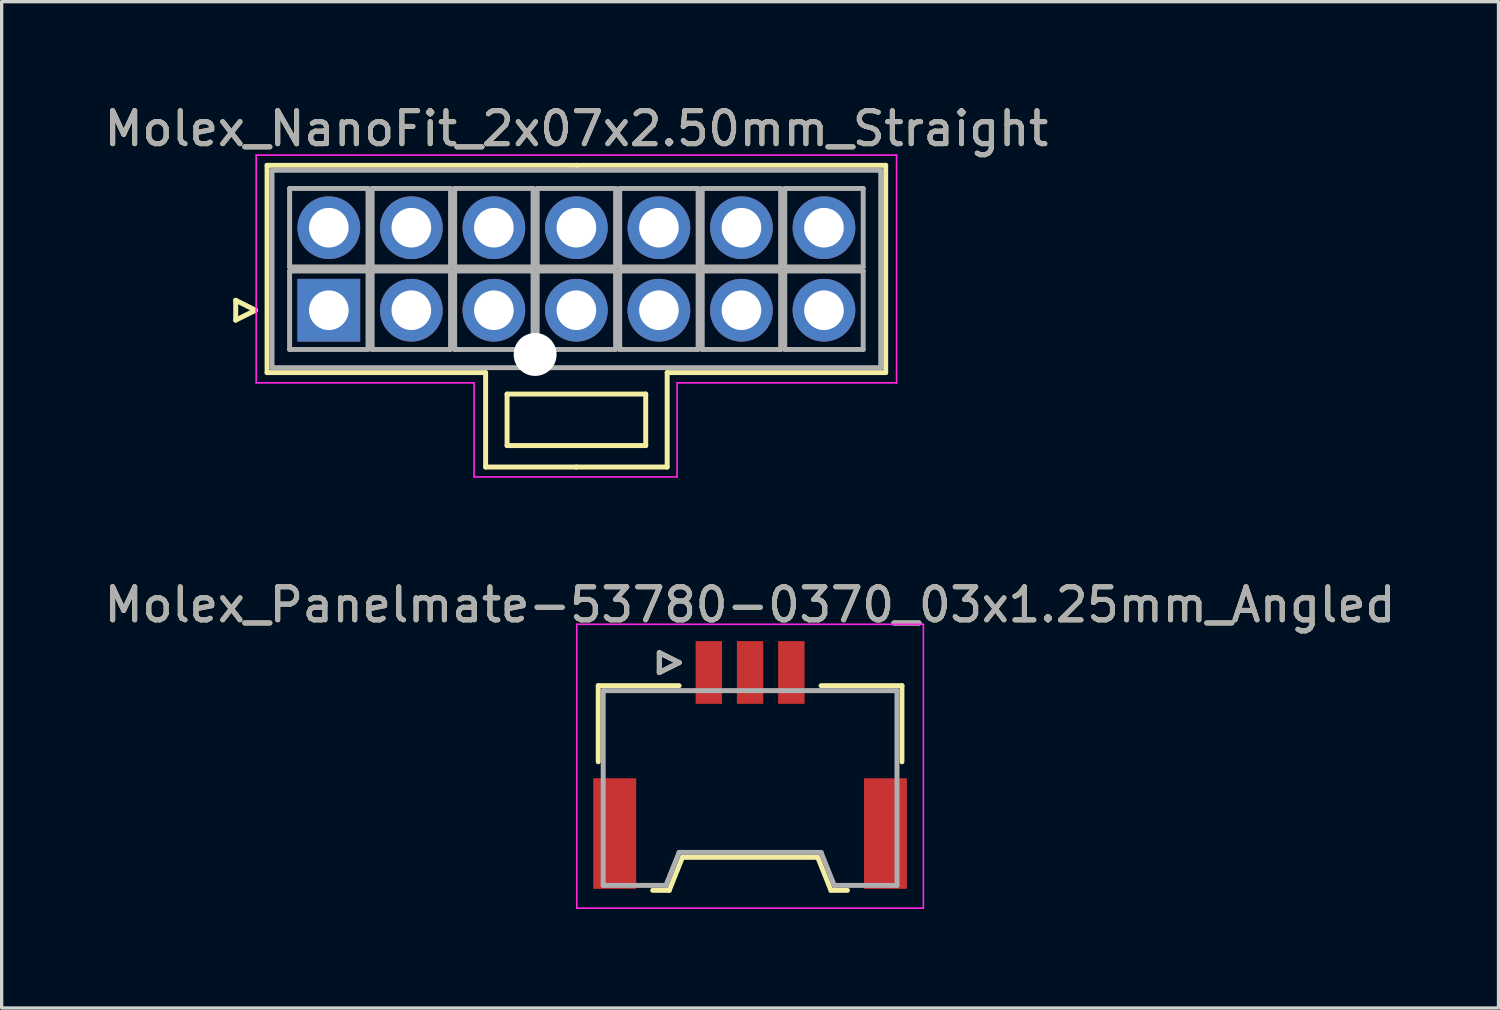
<source format=kicad_pcb>
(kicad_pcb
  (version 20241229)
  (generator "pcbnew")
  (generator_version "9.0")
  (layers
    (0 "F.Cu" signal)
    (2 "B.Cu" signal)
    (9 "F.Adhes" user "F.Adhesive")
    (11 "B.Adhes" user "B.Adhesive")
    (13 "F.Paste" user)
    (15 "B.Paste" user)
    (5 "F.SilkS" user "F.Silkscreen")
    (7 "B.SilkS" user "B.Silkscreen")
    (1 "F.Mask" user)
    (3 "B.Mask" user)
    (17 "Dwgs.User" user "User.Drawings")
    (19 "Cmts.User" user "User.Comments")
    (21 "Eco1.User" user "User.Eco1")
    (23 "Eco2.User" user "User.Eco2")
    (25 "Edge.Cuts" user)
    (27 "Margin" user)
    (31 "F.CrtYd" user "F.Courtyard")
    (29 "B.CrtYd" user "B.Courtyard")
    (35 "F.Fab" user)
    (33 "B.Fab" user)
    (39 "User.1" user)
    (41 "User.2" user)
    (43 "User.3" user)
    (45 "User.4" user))
  (footprint "Molex_Panelmate-53780-0370_03x1.25mm_Angled"
    (layer "F.Cu")
    (at 19.673 19.762)
    (property "Reference" "Molex_Panelmate-53780-0370_03x1.25mm_Angled" (at 0 -4.49 0) (layer "F.SilkS") (effects (font (size 1 1) (thickness 0.15))))
    (attr smd)
    (fp_line (start -4.6 -2.04) (end -4.6 0.265) (stroke (width 0.15) (type solid)) (layer "F.SilkS"))
    (fp_line (start -2.95 4.16) (end -2.45 4.16) (stroke (width 0.15) (type solid)) (layer "F.SilkS"))
    (fp_line (start -2.75 -3.04) (end -2.75 -2.44) (stroke (width 0.15) (type solid)) (layer "F.SilkS"))
    (fp_line (start -2.75 -2.44) (end -2.15 -2.74) (stroke (width 0.15) (type solid)) (layer "F.SilkS"))
    (fp_line (start -2.45 4.16) (end -2.05 3.16) (stroke (width 0.15) (type solid)) (layer "F.SilkS"))
    (fp_line (start -2.15 -2.74) (end -2.75 -3.04) (stroke (width 0.15) (type solid)) (layer "F.SilkS"))
    (fp_line (start -2.15 -2.04) (end -4.6 -2.04) (stroke (width 0.15) (type solid)) (layer "F.SilkS"))
    (fp_line (start -2.05 3.16) (end 2.05 3.16) (stroke (width 0.15) (type solid)) (layer "F.SilkS"))
    (fp_line (start 2.05 3.16) (end 2.45 4.16) (stroke (width 0.15) (type solid)) (layer "F.SilkS"))
    (fp_line (start 2.15 -2.04) (end 4.6 -2.04) (stroke (width 0.15) (type solid)) (layer "F.SilkS"))
    (fp_line (start 2.45 4.16) (end 2.95 4.16) (stroke (width 0.15) (type solid)) (layer "F.SilkS"))
    (fp_line (start 4.6 -2.04) (end 4.6 0.265) (stroke (width 0.15) (type solid)) (layer "F.SilkS"))
    (fp_line (start -5.25 -3.9) (end -5.25 4.7) (stroke (width 0.05) (type solid)) (layer "F.CrtYd"))
    (fp_line (start -5.25 4.7) (end 5.25 4.7) (stroke (width 0.05) (type solid)) (layer "F.CrtYd"))
    (fp_line (start 5.25 -3.9) (end -5.25 -3.9) (stroke (width 0.05) (type solid)) (layer "F.CrtYd"))
    (fp_line (start 5.25 4.7) (end 5.25 -3.9) (stroke (width 0.05) (type solid)) (layer "F.CrtYd"))
    (fp_line (start -4.45 -1.89) (end -4.45 4.01) (stroke (width 0.15) (type solid)) (layer "F.Fab"))
    (fp_line (start -4.45 4.01) (end -2.55 4.01) (stroke (width 0.15) (type solid)) (layer "F.Fab"))
    (fp_line (start -2.75 -3.04) (end -2.75 -2.44) (stroke (width 0.15) (type solid)) (layer "F.Fab"))
    (fp_line (start -2.75 -2.44) (end -2.15 -2.74) (stroke (width 0.15) (type solid)) (layer "F.Fab"))
    (fp_line (start -2.55 4.01) (end -2.15 3.01) (stroke (width 0.15) (type solid)) (layer "F.Fab"))
    (fp_line (start -2.15 -2.74) (end -2.75 -3.04) (stroke (width 0.15) (type solid)) (layer "F.Fab"))
    (fp_line (start -2.15 3.01) (end 2.15 3.01) (stroke (width 0.15) (type solid)) (layer "F.Fab"))
    (fp_line (start 2.15 3.01) (end 2.55 4.01) (stroke (width 0.15) (type solid)) (layer "F.Fab"))
    (fp_line (start 2.55 4.01) (end 4.45 4.01) (stroke (width 0.15) (type solid)) (layer "F.Fab"))
    (fp_line (start 4.45 -1.89) (end -4.45 -1.89) (stroke (width 0.15) (type solid)) (layer "F.Fab"))
    (fp_line (start 4.45 4.01) (end 4.45 -1.89) (stroke (width 0.15) (type solid)) (layer "F.Fab"))
    (fp_text user "${REFERENCE}" (at 0 -4.49 0) (layer "F.Fab") (effects (font (size 1 1) (thickness 0.15))))
    (pad "" smd rect (at -4.1 2.44) (size 1.3 3.35) (layers "F.Cu" "F.Mask" "F.Paste"))
    (pad "" smd rect (at 4.1 2.44) (size 1.3 3.35) (layers "F.Cu" "F.Mask" "F.Paste"))
    (pad "1" smd rect (at -1.25 -2.44) (size 0.8 1.9) (layers "F.Cu" "F.Mask" "F.Paste"))
    (pad "2" smd rect (at 0 -2.44) (size 0.8 1.9) (layers "F.Cu" "F.Mask" "F.Paste"))
    (pad "3" smd rect (at 1.25 -2.44) (size 0.8 1.9) (layers "F.Cu" "F.Mask" "F.Paste")))
  (footprint "Molex_NanoFit_2x07x2.50mm_Straight"
    (layer "F.Cu")
    (at 6.911 6.348)
    (property "Reference" "Molex_NanoFit_2x07x2.50mm_Straight" (at 7.5 -5.5 0) (layer "F.SilkS") (effects (font (size 1 1) (thickness 0.15))))
    (attr through_hole)
    (fp_line (start -2.82 -0.3) (end -2.22 0) (stroke (width 0.15) (type solid)) (layer "F.SilkS"))
    (fp_line (start -2.82 0.3) (end -2.82 -0.3) (stroke (width 0.15) (type solid)) (layer "F.SilkS"))
    (fp_line (start -2.22 0) (end -2.82 0.3) (stroke (width 0.15) (type solid)) (layer "F.SilkS"))
    (fp_line (start -1.87 -4.39) (end -1.87 1.89) (stroke (width 0.15) (type solid)) (layer "F.SilkS"))
    (fp_line (start -1.87 1.89) (end 4.75 1.89) (stroke (width 0.15) (type solid)) (layer "F.SilkS"))
    (fp_line (start 4.75 1.89) (end 4.75 4.75) (stroke (width 0.15) (type solid)) (layer "F.SilkS"))
    (fp_line (start 4.75 4.75) (end 7.5 4.75) (stroke (width 0.15) (type solid)) (layer "F.SilkS"))
    (fp_line (start 5.4 2.54) (end 5.4 4.1) (stroke (width 0.15) (type solid)) (layer "F.SilkS"))
    (fp_line (start 5.4 4.1) (end 9.6 4.1) (stroke (width 0.15) (type solid)) (layer "F.SilkS"))
    (fp_line (start 7.5 -4.39) (end -1.87 -4.39) (stroke (width 0.15) (type solid)) (layer "F.SilkS"))
    (fp_line (start 7.5 -4.39) (end 16.87 -4.39) (stroke (width 0.15) (type solid)) (layer "F.SilkS"))
    (fp_line (start 9.6 2.54) (end 5.4 2.54) (stroke (width 0.15) (type solid)) (layer "F.SilkS"))
    (fp_line (start 9.6 4.1) (end 9.6 2.54) (stroke (width 0.15) (type solid)) (layer "F.SilkS"))
    (fp_line (start 10.25 1.89) (end 10.25 4.75) (stroke (width 0.15) (type solid)) (layer "F.SilkS"))
    (fp_line (start 10.25 4.75) (end 7.5 4.75) (stroke (width 0.15) (type solid)) (layer "F.SilkS"))
    (fp_line (start 16.87 -4.39) (end 16.87 1.89) (stroke (width 0.15) (type solid)) (layer "F.SilkS"))
    (fp_line (start 16.87 1.89) (end 10.25 1.89) (stroke (width 0.15) (type solid)) (layer "F.SilkS"))
    (fp_line (start -2.2 -4.7) (end -2.2 2.2) (stroke (width 0.05) (type solid)) (layer "F.CrtYd"))
    (fp_line (start -2.2 2.2) (end 4.4 2.2) (stroke (width 0.05) (type solid)) (layer "F.CrtYd"))
    (fp_line (start 4.4 2.2) (end 4.4 5.05) (stroke (width 0.05) (type solid)) (layer "F.CrtYd"))
    (fp_line (start 4.4 5.05) (end 10.55 5.05) (stroke (width 0.05) (type solid)) (layer "F.CrtYd"))
    (fp_line (start 10.55 2.2) (end 17.2 2.2) (stroke (width 0.05) (type solid)) (layer "F.CrtYd"))
    (fp_line (start 10.55 5.05) (end 10.55 2.2) (stroke (width 0.05) (type solid)) (layer "F.CrtYd"))
    (fp_line (start 17.2 -4.7) (end -2.2 -4.7) (stroke (width 0.05) (type solid)) (layer "F.CrtYd"))
    (fp_line (start 17.2 2.2) (end 17.2 -4.7) (stroke (width 0.05) (type solid)) (layer "F.CrtYd"))
    (fp_line (start -1.72 -4.24) (end -1.72 1.74) (stroke (width 0.15) (type solid)) (layer "F.Fab"))
    (fp_line (start -1.72 1.74) (end 16.72 1.74) (stroke (width 0.15) (type solid)) (layer "F.Fab"))
    (fp_line (start -1.188 -3.688) (end -1.188 -1.312) (stroke (width 0.15) (type solid)) (layer "F.Fab"))
    (fp_line (start -1.188 -1.312) (end 1.188 -1.312) (stroke (width 0.15) (type solid)) (layer "F.Fab"))
    (fp_line (start -1.188 -1.188) (end -1.188 1.188) (stroke (width 0.15) (type solid)) (layer "F.Fab"))
    (fp_line (start -1.188 1.188) (end 1.188 1.188) (stroke (width 0.15) (type solid)) (layer "F.Fab"))
    (fp_line (start 1.188 -3.688) (end -1.188 -3.688) (stroke (width 0.15) (type solid)) (layer "F.Fab"))
    (fp_line (start 1.188 -1.312) (end 1.188 -3.688) (stroke (width 0.15) (type solid)) (layer "F.Fab"))
    (fp_line (start 1.188 -1.188) (end -1.188 -1.188) (stroke (width 0.15) (type solid)) (layer "F.Fab"))
    (fp_line (start 1.188 1.188) (end 1.188 -1.188) (stroke (width 0.15) (type solid)) (layer "F.Fab"))
    (fp_line (start 1.312 -3.688) (end 1.312 -1.312) (stroke (width 0.15) (type solid)) (layer "F.Fab"))
    (fp_line (start 1.312 -1.312) (end 3.688 -1.312) (stroke (width 0.15) (type solid)) (layer "F.Fab"))
    (fp_line (start 1.312 -1.188) (end 1.312 1.188) (stroke (width 0.15) (type solid)) (layer "F.Fab"))
    (fp_line (start 1.312 1.188) (end 3.688 1.188) (stroke (width 0.15) (type solid)) (layer "F.Fab"))
    (fp_line (start 3.688 -3.688) (end 1.312 -3.688) (stroke (width 0.15) (type solid)) (layer "F.Fab"))
    (fp_line (start 3.688 -1.312) (end 3.688 -3.688) (stroke (width 0.15) (type solid)) (layer "F.Fab"))
    (fp_line (start 3.688 -1.188) (end 1.312 -1.188) (stroke (width 0.15) (type solid)) (layer "F.Fab"))
    (fp_line (start 3.688 1.188) (end 3.688 -1.188) (stroke (width 0.15) (type solid)) (layer "F.Fab"))
    (fp_line (start 3.812 -3.688) (end 3.812 -1.312) (stroke (width 0.15) (type solid)) (layer "F.Fab"))
    (fp_line (start 3.812 -1.312) (end 6.188 -1.312) (stroke (width 0.15) (type solid)) (layer "F.Fab"))
    (fp_line (start 3.812 -1.188) (end 3.812 1.188) (stroke (width 0.15) (type solid)) (layer "F.Fab"))
    (fp_line (start 3.812 1.188) (end 6.188 1.188) (stroke (width 0.15) (type solid)) (layer "F.Fab"))
    (fp_line (start 6.188 -3.688) (end 3.812 -3.688) (stroke (width 0.15) (type solid)) (layer "F.Fab"))
    (fp_line (start 6.188 -1.312) (end 6.188 -3.688) (stroke (width 0.15) (type solid)) (layer "F.Fab"))
    (fp_line (start 6.188 -1.188) (end 3.812 -1.188) (stroke (width 0.15) (type solid)) (layer "F.Fab"))
    (fp_line (start 6.188 1.188) (end 6.188 -1.188) (stroke (width 0.15) (type solid)) (layer "F.Fab"))
    (fp_line (start 6.312 -3.688) (end 6.312 -1.312) (stroke (width 0.15) (type solid)) (layer "F.Fab"))
    (fp_line (start 6.312 -1.312) (end 8.688 -1.312) (stroke (width 0.15) (type solid)) (layer "F.Fab"))
    (fp_line (start 6.312 -1.188) (end 6.312 1.188) (stroke (width 0.15) (type solid)) (layer "F.Fab"))
    (fp_line (start 6.312 1.188) (end 8.688 1.188) (stroke (width 0.15) (type solid)) (layer "F.Fab"))
    (fp_line (start 8.688 -3.688) (end 6.312 -3.688) (stroke (width 0.15) (type solid)) (layer "F.Fab"))
    (fp_line (start 8.688 -1.312) (end 8.688 -3.688) (stroke (width 0.15) (type solid)) (layer "F.Fab"))
    (fp_line (start 8.688 -1.188) (end 6.312 -1.188) (stroke (width 0.15) (type solid)) (layer "F.Fab"))
    (fp_line (start 8.688 1.188) (end 8.688 -1.188) (stroke (width 0.15) (type solid)) (layer "F.Fab"))
    (fp_line (start 8.812 -3.688) (end 8.812 -1.312) (stroke (width 0.15) (type solid)) (layer "F.Fab"))
    (fp_line (start 8.812 -1.312) (end 11.188 -1.312) (stroke (width 0.15) (type solid)) (layer "F.Fab"))
    (fp_line (start 8.812 -1.188) (end 8.812 1.188) (stroke (width 0.15) (type solid)) (layer "F.Fab"))
    (fp_line (start 8.812 1.188) (end 11.188 1.188) (stroke (width 0.15) (type solid)) (layer "F.Fab"))
    (fp_line (start 11.188 -3.688) (end 8.812 -3.688) (stroke (width 0.15) (type solid)) (layer "F.Fab"))
    (fp_line (start 11.188 -1.312) (end 11.188 -3.688) (stroke (width 0.15) (type solid)) (layer "F.Fab"))
    (fp_line (start 11.188 -1.188) (end 8.812 -1.188) (stroke (width 0.15) (type solid)) (layer "F.Fab"))
    (fp_line (start 11.188 1.188) (end 11.188 -1.188) (stroke (width 0.15) (type solid)) (layer "F.Fab"))
    (fp_line (start 11.312 -3.688) (end 11.312 -1.312) (stroke (width 0.15) (type solid)) (layer "F.Fab"))
    (fp_line (start 11.312 -1.312) (end 13.688 -1.312) (stroke (width 0.15) (type solid)) (layer "F.Fab"))
    (fp_line (start 11.312 -1.188) (end 11.312 1.188) (stroke (width 0.15) (type solid)) (layer "F.Fab"))
    (fp_line (start 11.312 1.188) (end 13.688 1.188) (stroke (width 0.15) (type solid)) (layer "F.Fab"))
    (fp_line (start 13.688 -3.688) (end 11.312 -3.688) (stroke (width 0.15) (type solid)) (layer "F.Fab"))
    (fp_line (start 13.688 -1.312) (end 13.688 -3.688) (stroke (width 0.15) (type solid)) (layer "F.Fab"))
    (fp_line (start 13.688 -1.188) (end 11.312 -1.188) (stroke (width 0.15) (type solid)) (layer "F.Fab"))
    (fp_line (start 13.688 1.188) (end 13.688 -1.188) (stroke (width 0.15) (type solid)) (layer "F.Fab"))
    (fp_line (start 13.812 -3.688) (end 13.812 -1.312) (stroke (width 0.15) (type solid)) (layer "F.Fab"))
    (fp_line (start 13.812 -1.312) (end 16.188 -1.312) (stroke (width 0.15) (type solid)) (layer "F.Fab"))
    (fp_line (start 13.812 -1.188) (end 13.812 1.188) (stroke (width 0.15) (type solid)) (layer "F.Fab"))
    (fp_line (start 13.812 1.188) (end 16.188 1.188) (stroke (width 0.15) (type solid)) (layer "F.Fab"))
    (fp_line (start 16.188 -3.688) (end 13.812 -3.688) (stroke (width 0.15) (type solid)) (layer "F.Fab"))
    (fp_line (start 16.188 -1.312) (end 16.188 -3.688) (stroke (width 0.15) (type solid)) (layer "F.Fab"))
    (fp_line (start 16.188 -1.188) (end 13.812 -1.188) (stroke (width 0.15) (type solid)) (layer "F.Fab"))
    (fp_line (start 16.188 1.188) (end 16.188 -1.188) (stroke (width 0.15) (type solid)) (layer "F.Fab"))
    (fp_line (start 16.72 -4.24) (end -1.72 -4.24) (stroke (width 0.15) (type solid)) (layer "F.Fab"))
    (fp_line (start 16.72 1.74) (end 16.72 -4.24) (stroke (width 0.15) (type solid)) (layer "F.Fab"))
    (fp_text user "${REFERENCE}" (at 7.5 -5.5 0) (layer "F.Fab") (effects (font (size 1 1) (thickness 0.15))))
    (pad "" np_thru_hole circle (at 6.25 1.34) (size 1.3 1.3) (drill 1.3) (layers "*.Cu"))
    (pad "1" thru_hole rect (at 0 0) (size 1.9 1.9) (drill 1.2) (layers "*.Cu" "*.Mask"))
    (pad "2" thru_hole circle (at 2.5 0) (size 1.9 1.9) (drill 1.2) (layers "*.Cu" "*.Mask"))
    (pad "3" thru_hole circle (at 5 0) (size 1.9 1.9) (drill 1.2) (layers "*.Cu" "*.Mask"))
    (pad "4" thru_hole circle (at 7.5 0) (size 1.9 1.9) (drill 1.2) (layers "*.Cu" "*.Mask"))
    (pad "5" thru_hole circle (at 10 0) (size 1.9 1.9) (drill 1.2) (layers "*.Cu" "*.Mask"))
    (pad "6" thru_hole circle (at 12.5 0) (size 1.9 1.9) (drill 1.2) (layers "*.Cu" "*.Mask"))
    (pad "7" thru_hole circle (at 15 0) (size 1.9 1.9) (drill 1.2) (layers "*.Cu" "*.Mask"))
    (pad "8" thru_hole circle (at 0 -2.5) (size 1.9 1.9) (drill 1.2) (layers "*.Cu" "*.Mask"))
    (pad "9" thru_hole circle (at 2.5 -2.5) (size 1.9 1.9) (drill 1.2) (layers "*.Cu" "*.Mask"))
    (pad "10" thru_hole circle (at 5 -2.5) (size 1.9 1.9) (drill 1.2) (layers "*.Cu" "*.Mask"))
    (pad "11" thru_hole circle (at 7.5 -2.5) (size 1.9 1.9) (drill 1.2) (layers "*.Cu" "*.Mask"))
    (pad "12" thru_hole circle (at 10 -2.5) (size 1.9 1.9) (drill 1.2) (layers "*.Cu" "*.Mask"))
    (pad "13" thru_hole circle (at 12.5 -2.5) (size 1.9 1.9) (drill 1.2) (layers "*.Cu" "*.Mask"))
    (pad "14" thru_hole circle (at 15 -2.5) (size 1.9 1.9) (drill 1.2) (layers "*.Cu" "*.Mask")))
  (gr_rect
    (start -3 -3)
    (end 42.345 27.486)
    (stroke (width 0.1) (type default))
    (fill no)
    (layer "Edge.Cuts")))
</source>
